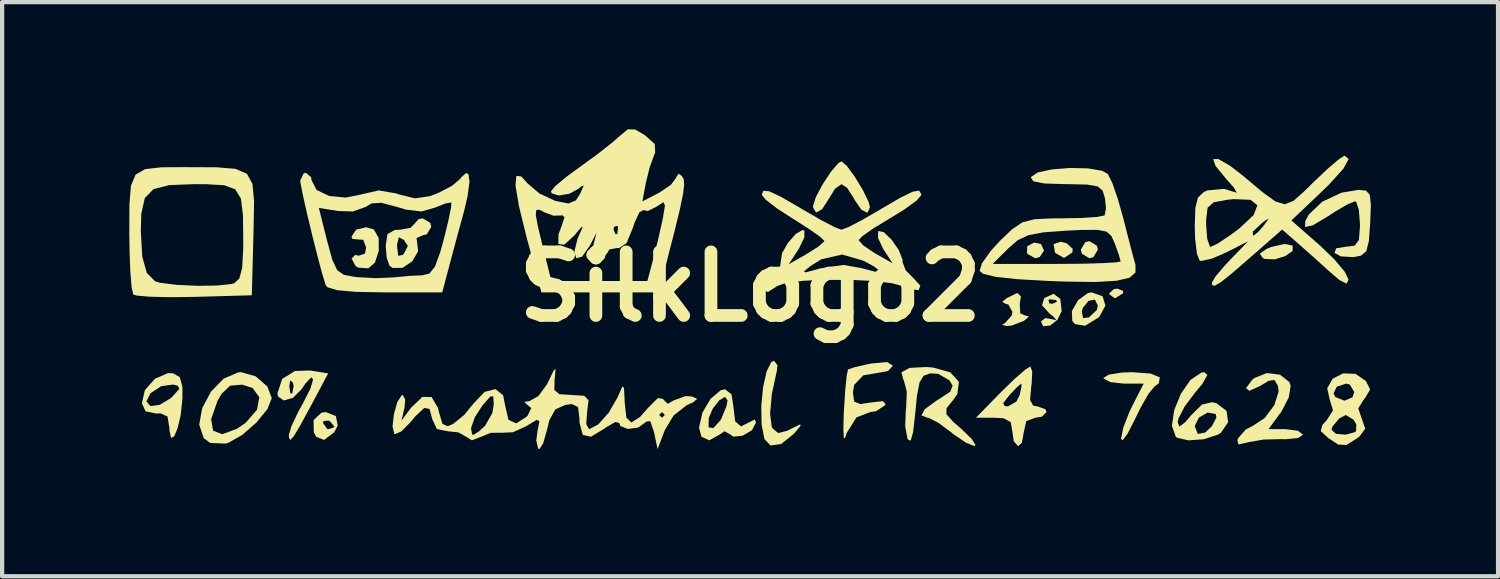
<source format=kicad_pcb>
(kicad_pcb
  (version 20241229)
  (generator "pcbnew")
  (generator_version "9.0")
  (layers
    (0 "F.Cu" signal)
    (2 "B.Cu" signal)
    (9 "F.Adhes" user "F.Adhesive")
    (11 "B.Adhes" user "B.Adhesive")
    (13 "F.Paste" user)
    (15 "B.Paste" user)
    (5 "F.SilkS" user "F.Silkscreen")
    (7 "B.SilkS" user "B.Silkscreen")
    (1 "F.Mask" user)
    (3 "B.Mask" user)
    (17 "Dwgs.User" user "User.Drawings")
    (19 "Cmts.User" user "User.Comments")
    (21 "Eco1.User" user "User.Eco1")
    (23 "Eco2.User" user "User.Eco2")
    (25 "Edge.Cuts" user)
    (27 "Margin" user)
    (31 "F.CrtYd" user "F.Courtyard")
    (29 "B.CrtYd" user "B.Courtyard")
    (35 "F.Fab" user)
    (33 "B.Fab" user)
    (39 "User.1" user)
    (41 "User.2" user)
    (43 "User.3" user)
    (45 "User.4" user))
  (footprint "SilkLogo2"
    (layer "F.Cu")
    (at 14.649 3.713)
    (property "Reference" "SilkLogo2" (at 0 0 0) (layer "F.SilkS") (effects (font (size 1.5 1.5) (thickness 0.3))))
    (attr board_only exclude_from_pos_files exclude_from_bom)
    (fp_poly (pts (xy 6.856 -1.007) (xy 6.928 -0.852) (xy 6.827 -0.701) (xy 6.72 -0.672) (xy 6.544 -0.769) (xy 6.524 -0.797) (xy 6.532 -0.956) (xy 6.694 -1.041)) (stroke (width 0) (type solid)) (fill yes) (layer "F.SilkS"))
    (fp_poly (pts (xy 7.461 -1.025) (xy 7.605 -0.892) (xy 7.594 -0.807) (xy 7.4 -0.678) (xy 7.2 -0.792) (xy 7.184 -0.815) (xy 7.154 -1.004) (xy 7.32 -1.061)) (stroke (width 0) (type solid)) (fill yes) (layer "F.SilkS"))
    (fp_poly (pts (xy 8.174 -0.968) (xy 8.198 -0.874) (xy 8.09 -0.695) (xy 7.996 -0.672) (xy 7.818 -0.78) (xy 7.795 -0.874) (xy 7.902 -1.052) (xy 7.996 -1.075)) (stroke (width 0) (type solid)) (fill yes) (layer "F.SilkS"))
    (fp_poly (pts (xy 8.798 0.103) (xy 8.789 0.157) (xy 8.612 0.268) (xy 8.593 0.269) (xy 8.469 0.179) (xy 8.467 0.157) (xy 8.575 0.057) (xy 8.662 0.045)) (stroke (width 0) (type solid)) (fill yes) (layer "F.SilkS"))
    (fp_poly (pts (xy 12.793 -0.969) (xy 12.791 -0.843) (xy 12.618 -0.722) (xy 12.368 -0.646) (xy 12.135 -0.655) (xy 12.087 -0.677) (xy 12.017 -0.781) (xy 12.179 -0.893) (xy 12.29 -0.938) (xy 12.602 -1.009)) (stroke (width 0) (type solid)) (fill yes) (layer "F.SilkS"))
    (fp_poly (pts (xy 6.383 0.227) (xy 6.355 0.403) (xy 6.366 0.628) (xy 6.469 0.674) (xy 6.572 0.704) (xy 6.451 0.806) (xy 6.164 0.917) (xy 6.048 0.928) (xy 5.937 0.898) (xy 6.014 0.852) (xy 6.168 0.674) (xy 6.182 0.594) (xy 6.087 0.421) (xy 6.014 0.401) (xy 5.944 0.355) (xy 6.048 0.269) (xy 6.298 0.147)) (stroke (width 0) (type solid)) (fill yes) (layer "F.SilkS"))
    (fp_poly (pts (xy -8.88 -1.35) (xy -8.767 -1.15) (xy -8.764 -0.847) (xy -8.856 -0.567) (xy -9.011 -0.433) (xy -9.25 -0.45) (xy -9.313 -0.488) (xy -9.406 -0.666) (xy -9.32 -0.749) (xy -9.235 -0.732) (xy -9.092 -0.779) (xy -9.062 -0.922) (xy -9.131 -1.108) (xy -9.235 -1.113) (xy -9.389 -1.128) (xy -9.407 -1.181) (xy -9.299 -1.346) (xy -9.062 -1.403)) (stroke (width 0) (type solid)) (fill yes) (layer "F.SilkS"))
    (fp_poly (pts (xy -9.777 3.052) (xy -9.732 3.274) (xy -9.815 3.433) (xy -10.054 3.614) (xy -10.24 3.541) (xy -10.297 3.433) (xy -10.301 3.217) (xy -10.079 3.217) (xy -9.982 3.354) (xy -9.945 3.36) (xy -9.814 3.314) (xy -9.811 3.301) (xy -9.905 3.186) (xy -9.945 3.158) (xy -10.069 3.169) (xy -10.079 3.217) (xy -10.301 3.217) (xy -10.303 3.147) (xy -10.119 2.973) (xy -10.012 2.957)) (stroke (width 0) (type solid)) (fill yes) (layer "F.SilkS"))
    (fp_poly (pts (xy 0.639 1.852) (xy 0.626 1.982) (xy 0.508 2.526) (xy 0.466 2.994) (xy 0.505 3.304) (xy 0.523 3.34) (xy 0.657 3.452) (xy 0.877 3.395) (xy 0.957 3.354) (xy 1.175 3.246) (xy 1.185 3.284) (xy 1.021 3.475) (xy 0.727 3.71) (xy 0.475 3.745) (xy 0.333 3.595) (xy 0.266 3.25) (xy 0.258 2.816) (xy 0.301 2.373) (xy 0.383 2) (xy 0.495 1.777) (xy 0.558 1.747)) (stroke (width 0) (type solid)) (fill yes) (layer "F.SilkS"))
    (fp_poly (pts (xy 9.444 2.049) (xy 9.66 2.14) (xy 9.634 2.279) (xy 9.527 2.361) (xy 9.391 2.528) (xy 9.202 2.859) (xy 9.064 3.142) (xy 8.897 3.469) (xy 8.781 3.623) (xy 8.743 3.59) (xy 8.797 3.325) (xy 8.942 2.951) (xy 9.007 2.817) (xy 9.278 2.285) (xy 8.805 2.285) (xy 8.493 2.251) (xy 8.337 2.168) (xy 8.332 2.15) (xy 8.453 2.074) (xy 8.762 2.025) (xy 9.004 2.016)) (stroke (width 0) (type solid)) (fill yes) (layer "F.SilkS"))
    (fp_poly (pts (xy 2.276 -2.851) (xy 2.463 -2.595) (xy 2.654 -2.281) (xy 2.79 -2) (xy 2.822 -1.874) (xy 2.762 -1.745) (xy 2.622 -1.813) (xy 2.462 -2.044) (xy 2.443 -2.083) (xy 2.285 -2.33) (xy 2.15 -2.419) (xy 1.997 -2.31) (xy 1.857 -2.083) (xy 1.695 -1.829) (xy 1.551 -1.748) (xy 1.479 -1.869) (xy 1.478 -1.899) (xy 1.545 -2.114) (xy 1.707 -2.417) (xy 1.905 -2.717) (xy 2.081 -2.92) (xy 2.148 -2.957)) (stroke (width 0) (type solid)) (fill yes) (layer "F.SilkS"))
    (fp_poly (pts (xy 8.309 0.226) (xy 8.376 0.445) (xy 8.234 0.706) (xy 8.212 0.727) (xy 7.896 0.921) (xy 7.656 0.881) (xy 7.595 0.809) (xy 7.584 0.582) (xy 7.819 0.582) (xy 7.848 0.741) (xy 7.987 0.724) (xy 8.171 0.551) (xy 8.198 0.445) (xy 8.127 0.304) (xy 7.977 0.334) (xy 7.843 0.5) (xy 7.819 0.582) (xy 7.584 0.582) (xy 7.584 0.575) (xy 7.731 0.318) (xy 7.96 0.151) (xy 8.054 0.134)) (stroke (width 0) (type solid)) (fill yes) (layer "F.SilkS"))
    (fp_poly (pts (xy 7.311 0.288) (xy 7.344 0.572) (xy 7.343 0.578) (xy 7.242 0.784) (xy 7.068 0.917) (xy 6.909 0.932) (xy 6.854 0.82) (xy 6.956 0.74) (xy 7.089 0.761) (xy 7.223 0.792) (xy 7.145 0.703) (xy 7.056 0.632) (xy 6.88 0.438) (xy 6.919 0.314) (xy 7.033 0.314) (xy 7.052 0.393) (xy 7.123 0.403) (xy 7.233 0.354) (xy 7.212 0.314) (xy 7.053 0.297) (xy 7.033 0.314) (xy 6.919 0.314) (xy 6.931 0.275) (xy 6.943 0.263) (xy 7.155 0.167)) (stroke (width 0) (type solid)) (fill yes) (layer "F.SilkS"))
    (fp_poly (pts (xy 14.523 -2.266) (xy 14.612 -2.168) (xy 14.637 -1.927) (xy 14.622 -1.512) (xy 14.59 -1.074) (xy 14.529 -0.838) (xy 14.408 -0.734) (xy 14.225 -0.698) (xy 13.929 -0.715) (xy 13.78 -0.799) (xy 13.82 -0.907) (xy 14.036 -0.941) (xy 14.257 -0.969) (xy 14.356 -1.104) (xy 14.38 -1.421) (xy 14.38 -1.478) (xy 14.354 -1.815) (xy 14.29 -2.002) (xy 14.264 -2.016) (xy 14.092 -1.946) (xy 13.791 -1.77) (xy 13.644 -1.673) (xy 13.27 -1.449) (xy 13.085 -1.408) (xy 13.091 -1.551) (xy 13.174 -1.703) (xy 13.489 -2.004) (xy 13.944 -2.218) (xy 14.346 -2.285)) (stroke (width 0) (type solid)) (fill yes) (layer "F.SilkS"))
    (fp_poly (pts (xy 3.36 1.86) (xy 3.36 1.867) (xy 3.248 1.989) (xy 3.102 2.016) (xy 2.666 2.09) (xy 2.448 2.317) (xy 2.419 2.497) (xy 2.449 2.71) (xy 2.593 2.768) (xy 2.843 2.731) (xy 3.128 2.699) (xy 3.188 2.769) (xy 3.171 2.801) (xy 2.968 2.935) (xy 2.831 2.957) (xy 2.503 3.082) (xy 2.273 3.45) (xy 2.237 3.561) (xy 2.206 3.576) (xy 2.194 3.367) (xy 2.204 2.978) (xy 2.208 2.915) (xy 2.238 2.45) (xy 2.272 2.105) (xy 2.303 1.954) (xy 2.303 1.953) (xy 2.454 1.9) (xy 2.767 1.828) (xy 2.856 1.811) (xy 3.228 1.777)) (stroke (width 0) (type solid)) (fill yes) (layer "F.SilkS"))
    (fp_poly (pts (xy -13.617 2.043) (xy -13.458 2.133) (xy -13.396 2.364) (xy -13.397 2.656) (xy -13.437 3.03) (xy -13.509 3.337) (xy -13.591 3.532) (xy -13.663 3.567) (xy -13.702 3.396) (xy -13.704 3.328) (xy -13.748 3.061) (xy -13.915 2.986) (xy -14.01 2.992) (xy -14.266 2.94) (xy -14.352 2.748) (xy -14.342 2.704) (xy -14.246 2.704) (xy -14.152 2.816) (xy -13.932 2.786) (xy -13.675 2.632) (xy -13.626 2.587) (xy -13.469 2.409) (xy -13.507 2.335) (xy -13.623 2.307) (xy -13.9 2.348) (xy -14.149 2.512) (xy -14.246 2.704) (xy -14.342 2.704) (xy -14.281 2.438) (xy -14.044 2.171) (xy -13.736 2.038)) (stroke (width 0) (type solid)) (fill yes) (layer "F.SilkS"))
    (fp_poly (pts (xy -11.668 2.114) (xy -11.393 2.353) (xy -11.289 2.628) (xy -11.392 2.888) (xy -11.65 3.203) (xy -11.981 3.493) (xy -12.307 3.679) (xy -12.374 3.7) (xy -12.741 3.686) (xy -12.893 3.572) (xy -13 3.254) (xy -12.977 3.125) (xy -12.719 3.125) (xy -12.672 3.396) (xy -12.457 3.479) (xy -12.107 3.35) (xy -11.904 3.21) (xy -11.636 2.9) (xy -11.583 2.606) (xy -11.742 2.388) (xy -11.987 2.31) (xy -12.27 2.334) (xy -12.474 2.528) (xy -12.568 2.692) (xy -12.719 3.125) (xy -12.977 3.125) (xy -12.929 2.863) (xy -12.723 2.476) (xy -12.425 2.169) (xy -12.079 2.02) (xy -12.014 2.016)) (stroke (width 0) (type solid)) (fill yes) (layer "F.SilkS"))
    (fp_poly (pts (xy -9.958 2.045) (xy -10.358 2.796) (xy -10.615 3.269) (xy -10.773 3.532) (xy -10.855 3.616) (xy -10.884 3.55) (xy -10.886 3.495) (xy -10.821 3.281) (xy -10.658 2.938) (xy -10.544 2.733) (xy -10.375 2.398) (xy -10.314 2.187) (xy -10.357 2.138) (xy -10.498 2.287) (xy -10.586 2.419) (xy -10.79 2.622) (xy -11.006 2.683) (xy -11.142 2.587) (xy -11.154 2.512) (xy -11.097 2.341) (xy -10.875 2.341) (xy -10.85 2.515) (xy -10.805 2.517) (xy -10.772 2.337) (xy -10.794 2.259) (xy -10.854 2.209) (xy -10.875 2.341) (xy -11.097 2.341) (xy -11.042 2.175) (xy -10.741 1.988) (xy -10.388 1.976)) (stroke (width 0) (type solid)) (fill yes) (layer "F.SilkS"))
    (fp_poly (pts (xy -7.549 -1.505) (xy -7.526 -1.411) (xy -7.634 -1.235) (xy -7.735 -1.21) (xy -7.875 -1.146) (xy -7.864 -1.078) (xy -7.836 -0.835) (xy -7.975 -0.6) (xy -8.203 -0.445) (xy -8.439 -0.442) (xy -8.511 -0.493) (xy -8.577 -0.681) (xy -8.599 -0.941) (xy -8.332 -0.941) (xy -8.305 -0.727) (xy -8.204 -0.749) (xy -8.171 -0.779) (xy -8.079 -0.962) (xy -8.171 -1.102) (xy -8.291 -1.168) (xy -8.331 -1.005) (xy -8.332 -0.941) (xy -8.599 -0.941) (xy -8.601 -0.963) (xy -8.56 -1.241) (xy -8.388 -1.338) (xy -8.265 -1.344) (xy -8.013 -1.39) (xy -7.929 -1.478) (xy -7.82 -1.598) (xy -7.728 -1.613)) (stroke (width 0) (type solid)) (fill yes) (layer "F.SilkS"))
    (fp_poly (pts (xy -0.444 2.539) (xy -0.403 2.8) (xy -0.358 3.174) (xy -0.222 3.295) (xy -0.046 3.208) (xy 0.106 3.13) (xy 0.134 3.204) (xy 0.035 3.387) (xy -0.184 3.516) (xy -0.401 3.537) (xy -0.477 3.483) (xy -0.612 3.409) (xy -0.714 3.482) (xy -0.968 3.624) (xy -1.155 3.537) (xy -1.21 3.322) (xy -1.208 3.316) (xy -0.986 3.316) (xy -0.874 3.336) (xy -0.707 3.153) (xy -0.677 3.1) (xy -0.563 2.819) (xy -0.538 2.68) (xy -0.598 2.597) (xy -0.735 2.682) (xy -0.886 2.876) (xy -0.981 3.095) (xy -0.986 3.316) (xy -1.208 3.316) (xy -1.131 2.971) (xy -0.939 2.645) (xy -0.7 2.443) (xy -0.597 2.419)) (stroke (width 0) (type solid)) (fill yes) (layer "F.SilkS"))
    (fp_poly (pts (xy 12.494 2.075) (xy 12.712 2.246) (xy 12.745 2.335) (xy 12.702 2.608) (xy 12.532 2.939) (xy 12.507 2.973) (xy 12.222 3.36) (xy 12.629 3.36) (xy 12.914 3.397) (xy 13.036 3.488) (xy 13.036 3.491) (xy 12.918 3.569) (xy 12.625 3.598) (xy 12.532 3.595) (xy 12.109 3.605) (xy 11.752 3.666) (xy 11.727 3.674) (xy 11.513 3.721) (xy 11.488 3.619) (xy 11.504 3.575) (xy 11.689 3.365) (xy 11.842 3.288) (xy 12.131 3.099) (xy 12.36 2.793) (xy 12.462 2.472) (xy 12.445 2.338) (xy 12.363 2.2) (xy 12.224 2.22) (xy 12.027 2.34) (xy 11.77 2.456) (xy 11.693 2.394) (xy 11.832 2.203) (xy 11.886 2.156) (xy 12.181 2.037)) (stroke (width 0) (type solid)) (fill yes) (layer "F.SilkS"))
    (fp_poly (pts (xy 6.65 1.998) (xy 6.636 2.284) (xy 6.626 2.352) (xy 6.599 2.674) (xy 6.673 2.806) (xy 6.769 2.822) (xy 6.959 2.89) (xy 6.988 2.957) (xy 6.876 3.066) (xy 6.72 3.091) (xy 6.509 3.17) (xy 6.451 3.427) (xy 6.405 3.68) (xy 6.316 3.763) (xy 6.215 3.648) (xy 6.182 3.427) (xy 6.142 3.193) (xy 5.97 3.102) (xy 5.751 3.091) (xy 5.32 3.091) (xy 5.656 2.748) (xy 5.963 2.748) (xy 6 2.817) (xy 6.078 2.822) (xy 6.276 2.709) (xy 6.355 2.553) (xy 6.398 2.338) (xy 6.392 2.285) (xy 6.288 2.372) (xy 6.115 2.553) (xy 5.963 2.748) (xy 5.656 2.748) (xy 5.913 2.486) (xy 6.236 2.172) (xy 6.489 1.953) (xy 6.605 1.881)) (stroke (width 0) (type solid)) (fill yes) (layer "F.SilkS"))
    (fp_poly (pts (xy 10.782 2.081) (xy 10.665 2.288) (xy 10.496 2.491) (xy 10.246 2.823) (xy 10.098 3.11) (xy 10.08 3.196) (xy 10.12 3.3) (xy 10.135 3.288) (xy 10.483 3.288) (xy 10.553 3.473) (xy 10.73 3.439) (xy 10.888 3.289) (xy 10.993 3.087) (xy 10.978 3.004) (xy 10.789 2.968) (xy 10.582 3.086) (xy 10.483 3.285) (xy 10.483 3.288) (xy 10.135 3.288) (xy 10.259 3.196) (xy 10.39 3.04) (xy 10.653 2.779) (xy 10.894 2.724) (xy 10.994 2.747) (xy 11.233 2.929) (xy 11.271 3.194) (xy 11.103 3.442) (xy 11.029 3.489) (xy 10.696 3.598) (xy 10.333 3.624) (xy 10.066 3.563) (xy 10.035 3.539) (xy 9.944 3.28) (xy 9.998 2.911) (xy 10.158 2.521) (xy 10.385 2.196) (xy 10.641 2.025) (xy 10.707 2.016)) (stroke (width 0) (type solid)) (fill yes) (layer "F.SilkS"))
    (fp_poly (pts (xy 4.308 1.906) (xy 4.719 2.021) (xy 4.919 2.242) (xy 4.884 2.53) (xy 4.775 2.684) (xy 4.629 2.865) (xy 4.624 3.005) (xy 4.783 3.185) (xy 4.982 3.358) (xy 5.222 3.59) (xy 5.311 3.734) (xy 5.285 3.758) (xy 5.088 3.681) (xy 4.798 3.484) (xy 4.728 3.427) (xy 4.434 3.21) (xy 4.211 3.096) (xy 4.18 3.091) (xy 4.036 3.036) (xy 4.114 2.89) (xy 4.394 2.685) (xy 4.45 2.652) (xy 4.716 2.475) (xy 4.771 2.333) (xy 4.697 2.209) (xy 4.432 2.056) (xy 4.245 2.043) (xy 4.089 2.1) (xy 3.992 2.256) (xy 3.93 2.572) (xy 3.893 2.957) (xy 3.841 3.422) (xy 3.783 3.632) (xy 3.714 3.601) (xy 3.708 3.589) (xy 3.653 3.298) (xy 3.668 2.906) (xy 3.675 2.858) (xy 3.691 2.478) (xy 3.621 2.21) (xy 3.609 2.194) (xy 3.565 2.019) (xy 3.754 1.915) (xy 4.148 1.894)) (stroke (width 0) (type solid)) (fill yes) (layer "F.SilkS"))
    (fp_poly (pts (xy 14.274 2.055) (xy 14.52 2.224) (xy 14.62 2.425) (xy 14.503 2.622) (xy 14.48 2.646) (xy 14.34 2.869) (xy 14.424 3.118) (xy 14.505 3.347) (xy 14.37 3.531) (xy 14.321 3.57) (xy 14.062 3.733) (xy 13.865 3.722) (xy 13.633 3.57) (xy 13.455 3.406) (xy 13.463 3.376) (xy 13.708 3.376) (xy 13.815 3.47) (xy 14.045 3.49) (xy 14.258 3.431) (xy 14.289 3.406) (xy 14.293 3.244) (xy 14.227 3.135) (xy 14.044 3.026) (xy 13.892 3.106) (xy 13.733 3.296) (xy 13.708 3.376) (xy 13.463 3.376) (xy 13.493 3.26) (xy 13.597 3.148) (xy 13.744 2.915) (xy 13.672 2.68) (xy 13.635 2.518) (xy 13.757 2.518) (xy 13.801 2.602) (xy 14.015 2.689) (xy 14.202 2.609) (xy 14.246 2.486) (xy 14.142 2.308) (xy 14.052 2.285) (xy 13.832 2.359) (xy 13.757 2.518) (xy 13.635 2.518) (xy 13.607 2.397) (xy 13.735 2.171) (xy 13.983 2.044)) (stroke (width 0) (type solid)) (fill yes) (layer "F.SilkS"))
    (fp_poly (pts (xy -13.26 -2.82) (xy -12.59 -2.817) (xy -12.143 -2.78) (xy -11.875 -2.664) (xy -11.744 -2.425) (xy -11.706 -2.017) (xy -11.717 -1.395) (xy -11.721 -1.226) (xy -11.759 0.202) (xy -13.11 0.24) (xy -13.688 0.247) (xy -14.163 0.236) (xy -14.472 0.209) (xy -14.555 0.184) (xy -14.594 0.017) (xy -14.625 -0.356) (xy -14.644 -0.875) (xy -14.649 -1.285) (xy -14.649 -1.319) (xy -14.378 -1.319) (xy -14.344 -0.711) (xy -14.237 -0.327) (xy -14.043 -0.13) (xy -13.929 -0.093) (xy -13.524 -0.043) (xy -13.036 -0.021) (xy -12.571 -0.028) (xy -12.235 -0.064) (xy -12.173 -0.082) (xy -12.054 -0.192) (xy -11.987 -0.444) (xy -11.962 -0.893) (xy -11.961 -1.079) (xy -11.968 -1.687) (xy -12.016 -2.077) (xy -12.149 -2.296) (xy -12.407 -2.393) (xy -12.834 -2.418) (xy -13.113 -2.419) (xy -13.705 -2.397) (xy -14.079 -2.302) (xy -14.283 -2.092) (xy -14.366 -1.725) (xy -14.378 -1.319) (xy -14.649 -1.319) (xy -14.646 -1.946) (xy -14.61 -2.384) (xy -14.5 -2.645) (xy -14.275 -2.774) (xy -13.893 -2.817) (xy -13.312 -2.821)) (stroke (width 0) (type solid)) (fill yes) (layer "F.SilkS"))
    (fp_poly (pts (xy 7.964 -2.791) (xy 8.297 -2.735) (xy 8.433 -2.66) (xy 8.539 -2.446) (xy 8.673 -2.056) (xy 8.798 -1.613) (xy 8.921 -1.129) (xy 9.026 -0.728) (xy 9.085 -0.512) (xy 9.085 -0.335) (xy 8.945 -0.212) (xy 8.636 -0.14) (xy 8.129 -0.111) (xy 7.395 -0.122) (xy 7.066 -0.134) (xy 6.302 -0.177) (xy 5.784 -0.233) (xy 5.493 -0.304) (xy 5.408 -0.373) (xy 5.459 -0.538) (xy 5.718 -0.538) (xy 7.227 -0.538) (xy 7.827 -0.542) (xy 8.314 -0.556) (xy 8.635 -0.575) (xy 8.735 -0.596) (xy 8.693 -0.751) (xy 8.599 -1.014) (xy 8.517 -1.196) (xy 8.402 -1.3) (xy 8.189 -1.341) (xy 7.813 -1.339) (xy 7.457 -1.322) (xy 6.914 -1.283) (xy 6.558 -1.216) (xy 6.307 -1.097) (xy 6.085 -0.905) (xy 5.718 -0.538) (xy 5.459 -0.538) (xy 5.465 -0.555) (xy 5.671 -0.844) (xy 5.885 -1.079) (xy 6.18 -1.36) (xy 6.422 -1.52) (xy 6.704 -1.592) (xy 7.121 -1.612) (xy 7.353 -1.613) (xy 7.828 -1.622) (xy 8.187 -1.647) (xy 8.356 -1.682) (xy 8.358 -1.683) (xy 8.389 -1.854) (xy 8.365 -2.086) (xy 8.311 -2.266) (xy 8.194 -2.366) (xy 7.947 -2.409) (xy 7.506 -2.419) (xy 7.432 -2.419) (xy 6.937 -2.435) (xy 6.676 -2.486) (xy 6.616 -2.58) (xy 6.618 -2.587) (xy 6.778 -2.695) (xy 7.115 -2.767) (xy 7.54 -2.801)) (stroke (width 0) (type solid)) (fill yes) (layer "F.SilkS"))
    (fp_poly (pts (xy -10.36 -2.581) (xy -10.348 -2.508) (xy -10.231 -2.282) (xy -9.934 -2.14) (xy -9.54 -2.103) (xy -9.192 -2.174) (xy -8.767 -2.271) (xy -8.36 -2.202) (xy -8.285 -2.176) (xy -7.907 -2.084) (xy -7.556 -2.137) (xy -7.357 -2.213) (xy -7.031 -2.384) (xy -6.834 -2.553) (xy -6.817 -2.584) (xy -6.703 -2.681) (xy -6.649 -2.655) (xy -6.624 -2.481) (xy -6.67 -2.134) (xy -6.753 -1.781) (xy -6.902 -1.236) (xy -7.048 -0.693) (xy -7.116 -0.437) (xy -7.268 0.134) (xy -8.61 0.134) (xy -9.3 0.122) (xy -9.746 0.082) (xy -9.975 0.012) (xy -10.015 -0.034) (xy -10.096 -0.296) (xy -10.209 -0.717) (xy -10.336 -1.221) (xy -10.458 -1.729) (xy -10.487 -1.859) (xy -10.178 -1.859) (xy -9.98 -1.071) (xy -9.86 -0.634) (xy -9.747 -0.392) (xy -9.587 -0.28) (xy -9.325 -0.231) (xy -9.292 -0.227) (xy -8.839 -0.202) (xy -8.425 -0.219) (xy -8.416 -0.22) (xy -8.02 -0.257) (xy -7.741 -0.269) (xy -7.57 -0.311) (xy -7.439 -0.474) (xy -7.315 -0.814) (xy -7.233 -1.109) (xy -7.126 -1.545) (xy -7.061 -1.862) (xy -7.051 -1.987) (xy -7.185 -1.966) (xy -7.441 -1.865) (xy -7.759 -1.775) (xy -8.119 -1.818) (xy -8.328 -1.88) (xy -8.704 -1.98) (xy -8.937 -1.965) (xy -9.068 -1.884) (xy -9.373 -1.775) (xy -9.727 -1.786) (xy -10.178 -1.859) (xy -10.487 -1.859) (xy -10.556 -2.164) (xy -10.611 -2.45) (xy -10.617 -2.508) (xy -10.537 -2.672) (xy -10.483 -2.688)) (stroke (width 0) (type solid)) (fill yes) (layer "F.SilkS"))
    (fp_poly (pts (xy 14.114 -3.015) (xy 13.992 -2.788) (xy 13.651 -2.41) (xy 13.436 -2.202) (xy 12.762 -1.563) (xy 13.436 -0.973) (xy 13.781 -0.64) (xy 14.025 -0.347) (xy 14.111 -0.165) (xy 14.062 -0.072) (xy 13.894 -0.159) (xy 13.674 -0.346) (xy 13.306 -0.679) (xy 12.951 -0.993) (xy 12.891 -1.046) (xy 12.544 -1.348) (xy 11.774 -0.674) (xy 11.348 -0.305) (xy 11.082 -0.094) (xy 10.942 -0.017) (xy 10.89 -0.048) (xy 10.886 -0.094) (xy 10.971 -0.239) (xy 11.188 -0.497) (xy 11.313 -0.63) (xy 11.741 -1.071) (xy 11.226 -0.809) (xy 10.885 -0.662) (xy 10.643 -0.608) (xy 10.597 -0.617) (xy 10.534 -0.78) (xy 10.492 -1.125) (xy 10.483 -1.423) (xy 10.484 -1.464) (xy 10.751 -1.464) (xy 10.776 -1.132) (xy 10.839 -0.952) (xy 10.861 -0.941) (xy 11.022 -1.017) (xy 11.315 -1.211) (xy 11.434 -1.299) (xy 11.853 -1.299) (xy 11.854 -1.212) (xy 11.877 -1.21) (xy 11.989 -1.301) (xy 12.112 -1.445) (xy 12.229 -1.604) (xy 12.159 -1.571) (xy 12.062 -1.495) (xy 11.853 -1.299) (xy 11.434 -1.299) (xy 11.533 -1.373) (xy 11.873 -1.691) (xy 11.96 -1.921) (xy 11.799 -2.05) (xy 11.396 -2.066) (xy 11.255 -2.051) (xy 10.929 -1.991) (xy 10.786 -1.864) (xy 10.752 -1.581) (xy 10.751 -1.464) (xy 10.484 -1.464) (xy 10.497 -1.86) (xy 10.559 -2.104) (xy 10.695 -2.233) (xy 10.785 -2.273) (xy 11.174 -2.308) (xy 11.356 -2.251) (xy 11.475 -2.218) (xy 11.403 -2.342) (xy 11.231 -2.535) (xy 10.974 -2.849) (xy 10.917 -3.009) (xy 11.039 -3.012) (xy 11.315 -2.854) (xy 11.635 -2.606) (xy 12.085 -2.228) (xy 12.388 -2.01) (xy 12.609 -1.944) (xy 12.813 -2.026) (xy 13.064 -2.249) (xy 13.273 -2.455) (xy 13.612 -2.776) (xy 13.879 -3.005) (xy 14.015 -3.091)) (stroke (width 0) (type solid)) (fill yes) (layer "F.SilkS"))
    (fp_poly (pts (xy 4.031 -2.186) (xy 4.032 -2.16) (xy 3.924 -2.034) (xy 3.642 -1.828) (xy 3.293 -1.613) (xy 2.91 -1.381) (xy 2.643 -1.193) (xy 2.554 -1.099) (xy 2.66 -0.978) (xy 2.916 -0.803) (xy 2.956 -0.78) (xy 3.357 -0.552) (xy 3.138 -0.885) (xy 3.012 -1.149) (xy 3.015 -1.313) (xy 3.146 -1.289) (xy 3.331 -1.111) (xy 3.501 -0.865) (xy 3.591 -0.636) (xy 3.591 -0.579) (xy 3.665 -0.384) (xy 3.83 -0.22) (xy 4.011 -0.025) (xy 3.97 0.081) (xy 3.752 0.055) (xy 3.614 -0.008) (xy 3.337 -0.084) (xy 2.888 -0.136) (xy 2.34 -0.163) (xy 1.768 -0.164) (xy 1.243 -0.14) (xy 0.84 -0.09) (xy 0.633 -0.015) (xy 0.417 0.124) (xy 0.283 0.074) (xy 0.269 0.001) (xy 0.37 -0.168) (xy 0.524 -0.292) (xy 0.591 -0.361) (xy 1.264 -0.361) (xy 1.304 -0.338) (xy 1.56 -0.406) (xy 1.646 -0.432) (xy 2.2 -0.514) (xy 2.621 -0.438) (xy 2.969 -0.347) (xy 3.071 -0.36) (xy 2.924 -0.474) (xy 2.673 -0.612) (xy 2.165 -0.759) (xy 1.675 -0.647) (xy 1.411 -0.482) (xy 1.264 -0.361) (xy 0.591 -0.361) (xy 0.702 -0.477) (xy 0.72 -0.607) (xy 0.749 -0.794) (xy 0.889 -1.037) (xy 1.074 -1.247) (xy 1.235 -1.338) (xy 1.276 -1.322) (xy 1.273 -1.161) (xy 1.143 -0.893) (xy 1.135 -0.881) (xy 0.904 -0.529) (xy 1.325 -0.769) (xy 1.602 -0.944) (xy 1.742 -1.068) (xy 1.746 -1.08) (xy 1.641 -1.182) (xy 1.365 -1.375) (xy 1.008 -1.601) (xy 0.627 -1.848) (xy 0.36 -2.055) (xy 0.269 -2.167) (xy 0.305 -2.262) (xy 0.439 -2.253) (xy 0.712 -2.126) (xy 1.163 -1.866) (xy 1.25 -1.814) (xy 1.661 -1.576) (xy 1.985 -1.407) (xy 2.15 -1.344) (xy 2.319 -1.409) (xy 2.645 -1.579) (xy 3.051 -1.814) (xy 3.531 -2.095) (xy 3.828 -2.241) (xy 3.981 -2.267)) (stroke (width 0) (type solid)) (fill yes) (layer "F.SilkS"))
    (fp_poly (pts (xy -2.715 -3.708) (xy -2.49 -3.576) (xy -2.255 -3.367) (xy -2.244 -3.162) (xy -2.263 -3.12) (xy -2.372 -2.825) (xy -2.464 -2.451) (xy -2.547 -2.012) (xy -2.147 -2.219) (xy -1.874 -2.403) (xy -1.748 -2.572) (xy -1.747 -2.584) (xy -1.689 -2.665) (xy -1.617 -2.612) (xy -1.572 -2.538) (xy -1.56 -2.408) (xy -1.588 -2.184) (xy -1.662 -1.826) (xy -1.792 -1.294) (xy -1.983 -0.55) (xy -2.029 -0.37) (xy -2.161 0.134) (xy -3.544 0.134) (xy -4.928 0.134) (xy -5.278 -1.169) (xy -5.407 -1.692) (xy -5.061 -1.692) (xy -5.01 -1.418) (xy -4.896 -0.946) (xy -4.819 -0.638) (xy -4.693 -0.134) (xy -3.561 -0.134) (xy -2.429 -0.134) (xy -2.292 -0.646) (xy -2.172 -1.126) (xy -2.067 -1.595) (xy -2.062 -1.62) (xy -2.014 -1.916) (xy -2.05 -1.995) (xy -2.192 -1.901) (xy -2.198 -1.896) (xy -2.416 -1.786) (xy -2.523 -1.807) (xy -2.616 -1.757) (xy -2.731 -1.511) (xy -2.77 -1.39) (xy -2.919 -1.029) (xy -3.097 -0.91) (xy -3.139 -0.913) (xy -3.328 -0.879) (xy -3.36 -0.812) (xy -3.469 -0.689) (xy -3.57 -0.672) (xy -3.718 -0.749) (xy -3.704 -0.974) (xy -3.627 -1.277) (xy -3.783 -0.974) (xy -3.97 -0.708) (xy -4.104 -0.67) (xy -4.151 -0.824) (xy -4.077 -1.128) (xy -4.023 -1.252) (xy -3.982 -1.344) (xy -3.225 -1.344) (xy -3.176 -1.233) (xy -3.136 -1.254) (xy -3.12 -1.414) (xy -3.136 -1.434) (xy -3.216 -1.415) (xy -3.225 -1.344) (xy -3.982 -1.344) (xy -3.949 -1.421) (xy -4.002 -1.388) (xy -4.148 -1.212) (xy -4.389 -0.992) (xy -4.528 -1.008) (xy -4.526 -1.231) (xy -4.456 -1.419) (xy -4.384 -1.637) (xy -4.428 -1.684) (xy -4.431 -1.682) (xy -4.642 -1.675) (xy -4.84 -1.748) (xy -4.975 -1.815) (xy -5.049 -1.81) (xy -5.061 -1.692) (xy -5.407 -1.692) (xy -5.458 -1.901) (xy -5.539 -2.383) (xy -5.519 -2.616) (xy -5.4 -2.6) (xy -5.255 -2.437) (xy -4.972 -2.197) (xy -4.602 -2.025) (xy -4.289 -1.963) (xy -4.115 -2.037) (xy -4.015 -2.193) (xy -3.928 -2.386) (xy -3.982 -2.372) (xy -4.042 -2.318) (xy -4.266 -2.194) (xy -4.518 -2.152) (xy -4.685 -2.202) (xy -4.702 -2.251) (xy -4.6 -2.375) (xy -4.334 -2.596) (xy -4.024 -2.822) (xy -3.613 -3.121) (xy -3.259 -3.399) (xy -3.091 -3.547) (xy -2.89 -3.713)) (stroke (width 0) (type solid)) (fill yes) (layer "F.SilkS"))
    (fp_poly (pts (xy -4.609 2.121) (xy -4.617 2.184) (xy -4.624 2.435) (xy -4.502 2.536) (xy -4.218 2.553) (xy -3.917 2.572) (xy -3.817 2.679) (xy -3.849 2.948) (xy -3.85 2.957) (xy -3.87 3.24) (xy -3.804 3.36) (xy -3.801 3.36) (xy -3.588 3.249) (xy -3.341 2.972) (xy -3.132 2.61) (xy -3.107 2.551) (xy -3.02 2.358) (xy -2.981 2.379) (xy -2.967 2.639) (xy -2.965 2.721) (xy -2.924 3.088) (xy -2.807 3.203) (xy -2.599 3.07) (xy -2.559 3.024) (xy -2.15 3.024) (xy -2.083 3.091) (xy -2.016 3.024) (xy -2.083 2.957) (xy -2.15 3.024) (xy -2.559 3.024) (xy -2.411 2.856) (xy -2.181 2.627) (xy -2.058 2.645) (xy -2.052 2.66) (xy -1.948 2.762) (xy -1.808 2.682) (xy -1.528 2.58) (xy -1.384 2.588) (xy -1.253 2.645) (xy -1.349 2.727) (xy -1.495 2.791) (xy -1.809 3.036) (xy -2.018 3.384) (xy -2.188 3.83) (xy -2.273 3.427) (xy -2.36 3.171) (xy -2.457 3.182) (xy -2.463 3.192) (xy -2.645 3.322) (xy -2.887 3.355) (xy -3.064 3.287) (xy -3.091 3.216) (xy -3.18 3.19) (xy -3.398 3.314) (xy -3.443 3.348) (xy -3.762 3.539) (xy -3.952 3.496) (xy -4.029 3.213) (xy -4.032 3.102) (xy -4.064 2.837) (xy -4.209 2.768) (xy -4.363 2.788) (xy -4.6 2.894) (xy -4.741 3.148) (xy -4.799 3.386) (xy -4.886 3.693) (xy -4.975 3.829) (xy -5.004 3.821) (xy -5.049 3.63) (xy -5.019 3.392) (xy -4.974 3.171) (xy -5.039 3.14) (xy -5.269 3.279) (xy -5.289 3.292) (xy -5.601 3.433) (xy -5.85 3.444) (xy -6.122 3.446) (xy -6.326 3.53) (xy -6.57 3.624) (xy -6.69 3.546) (xy -6.886 3.436) (xy -7.123 3.411) (xy -7.395 3.357) (xy -7.405 3.336) (xy -6.589 3.336) (xy -6.563 3.484) (xy -6.528 3.494) (xy -6.399 3.411) (xy -6.259 3.283) (xy -6.086 2.981) (xy -6.052 2.779) (xy -6.065 2.586) (xy -6.132 2.589) (xy -6.312 2.792) (xy -6.321 2.804) (xy -6.499 3.08) (xy -6.589 3.336) (xy -7.405 3.336) (xy -7.502 3.125) (xy -7.568 2.882) (xy -7.691 2.859) (xy -7.904 3.06) (xy -8.013 3.192) (xy -8.23 3.412) (xy -8.384 3.479) (xy -8.4 3.47) (xy -8.44 3.291) (xy -8.406 3.002) (xy -8.326 2.718) (xy -8.223 2.56) (xy -8.2 2.553) (xy -8.14 2.663) (xy -8.159 2.856) (xy -8.229 3.158) (xy -8.004 2.856) (xy -7.736 2.599) (xy -7.518 2.602) (xy -7.367 2.862) (xy -7.343 2.963) (xy -7.263 3.235) (xy -7.139 3.291) (xy -7.01 3.237) (xy -6.75 3.025) (xy -6.534 2.76) (xy -6.267 2.481) (xy -6.013 2.415) (xy -5.832 2.558) (xy -5.779 2.822) (xy -5.707 3.137) (xy -5.523 3.225) (xy -5.278 3.067) (xy -5.252 3.037) (xy -5.167 2.863) (xy -5.269 2.779) (xy -5.329 2.718) (xy -5.208 2.698) (xy -4.999 2.579) (xy -4.795 2.3) (xy -4.771 2.251) (xy -4.639 1.977) (xy -4.594 1.938)) (stroke (width 0) (type solid)) (fill yes) (layer "F.SilkS")))
  (gr_rect
    (start -3 -3)
    (end 32.286 10.543)
    (stroke (width 0.1) (type default))
    (fill no)
    (layer "Edge.Cuts")))
</source>
